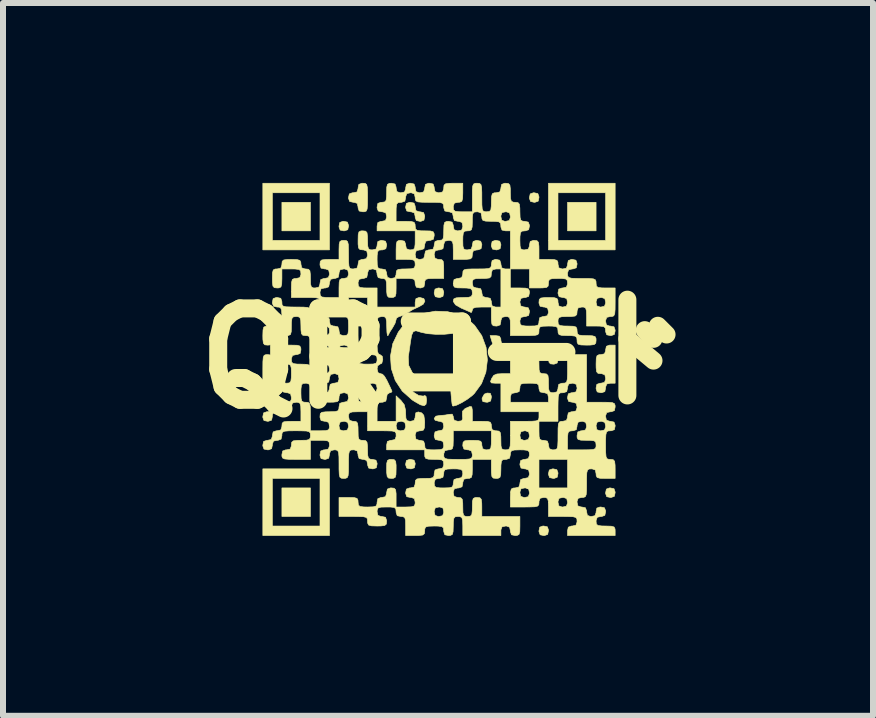
<source format=kicad_pcb>
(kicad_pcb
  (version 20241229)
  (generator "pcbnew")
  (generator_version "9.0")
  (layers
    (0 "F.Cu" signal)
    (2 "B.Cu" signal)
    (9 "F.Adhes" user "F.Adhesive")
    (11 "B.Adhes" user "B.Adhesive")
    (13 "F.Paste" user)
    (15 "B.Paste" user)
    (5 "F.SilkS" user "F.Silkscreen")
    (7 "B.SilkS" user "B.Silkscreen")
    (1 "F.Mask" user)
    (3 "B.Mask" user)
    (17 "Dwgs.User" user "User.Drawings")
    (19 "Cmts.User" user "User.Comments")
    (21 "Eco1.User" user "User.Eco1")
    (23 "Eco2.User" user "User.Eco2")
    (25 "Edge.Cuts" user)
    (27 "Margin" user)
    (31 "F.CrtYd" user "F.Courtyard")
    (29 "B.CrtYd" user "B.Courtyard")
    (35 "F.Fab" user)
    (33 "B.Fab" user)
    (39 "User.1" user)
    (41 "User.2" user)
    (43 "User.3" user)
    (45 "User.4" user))
  (footprint "QRコード"
    (layer "F.Cu")
    (at 4.253 2.926)
    (property "Reference" "QRコード" (at 0 0 0) (layer "F.SilkS") (effects (font (size 1.524 1.524) (thickness 0.3))))
    (attr through_hole)
    (fp_poly (pts (xy -2.127 -2.127) (xy -2.603 -2.127) (xy -2.603 -2.603) (xy -2.127 -2.603) (xy -2.127 -2.127)) (stroke (width 0.01) (type solid)) (fill yes) (layer "F.SilkS"))
    (fp_poly (pts (xy -2.127 2.635) (xy -2.603 2.635) (xy -2.603 2.159) (xy -2.127 2.159) (xy -2.127 2.635)) (stroke (width 0.01) (type solid)) (fill yes) (layer "F.SilkS"))
    (fp_poly (pts (xy 2.635 -2.127) (xy 2.159 -2.127) (xy 2.159 -2.603) (xy 2.635 -2.603) (xy 2.635 -2.127)) (stroke (width 0.01) (type solid)) (fill yes) (layer "F.SilkS"))
    (fp_poly (pts (xy -1.81 -1.81) (xy -2.921 -1.81) (xy -2.921 -2.762) (xy -2.762 -2.762) (xy -2.762 -1.968) (xy -1.968 -1.968) (xy -1.968 -2.762) (xy -2.762 -2.762) (xy -2.921 -2.762) (xy -2.921 -2.921) (xy -1.81 -2.921) (xy -1.81 -1.81)) (stroke (width 0.01) (type solid)) (fill yes) (layer "F.SilkS"))
    (fp_poly (pts (xy -1.81 2.953) (xy -2.921 2.953) (xy -2.921 2) (xy -2.762 2) (xy -2.762 2.794) (xy -1.968 2.794) (xy -1.968 2) (xy -2.762 2) (xy -2.921 2) (xy -2.921 1.841) (xy -1.81 1.841) (xy -1.81 2.953)) (stroke (width 0.01) (type solid)) (fill yes) (layer "F.SilkS"))
    (fp_poly (pts (xy 0.871 0.581) (xy 0.888 0.627) (xy 0.889 0.649) (xy 0.877 0.71) (xy 0.828 0.73) (xy 0.807 0.73) (xy 0.748 0.72) (xy 0.734 0.678) (xy 0.736 0.659) (xy 0.772 0.595) (xy 0.818 0.577) (xy 0.871 0.581)) (stroke (width 0.01) (type solid)) (fill yes) (layer "F.SilkS"))
    (fp_poly (pts (xy 2.953 -1.81) (xy 1.841 -1.81) (xy 1.841 -2.762) (xy 2 -2.762) (xy 2 -1.968) (xy 2.794 -1.968) (xy 2.794 -2.762) (xy 2 -2.762) (xy 1.841 -2.762) (xy 1.841 -2.921) (xy 2.953 -2.921) (xy 2.953 -1.81)) (stroke (width 0.01) (type solid)) (fill yes) (layer "F.SilkS"))
    (fp_poly (pts (xy -1.511 -2.273) (xy -1.493 -2.221) (xy -1.492 -2.207) (xy -1.505 -2.146) (xy -1.557 -2.128) (xy -1.572 -2.127) (xy -1.632 -2.14) (xy -1.651 -2.192) (xy -1.651 -2.207) (xy -1.638 -2.267) (xy -1.586 -2.286) (xy -1.572 -2.286) (xy -1.511 -2.273)) (stroke (width 0.01) (type solid)) (fill yes) (layer "F.SilkS"))
    (fp_poly (pts (xy -0.4 1.696) (xy -0.381 1.747) (xy -0.381 1.762) (xy -0.394 1.823) (xy -0.446 1.841) (xy -0.46 1.841) (xy -0.521 1.828) (xy -0.539 1.777) (xy -0.54 1.762) (xy -0.527 1.702) (xy -0.475 1.683) (xy -0.46 1.683) (xy -0.4 1.696)) (stroke (width 0.01) (type solid)) (fill yes) (layer "F.SilkS"))
    (fp_poly (pts (xy 0.076 -1.162) (xy 0.095 -1.11) (xy 0.095 -1.095) (xy 0.082 -1.035) (xy 0.031 -1.016) (xy 0.016 -1.016) (xy -0.045 -1.029) (xy -0.063 -1.081) (xy -0.064 -1.095) (xy -0.05 -1.156) (xy 0.001 -1.174) (xy 0.016 -1.175) (xy 0.076 -1.162)) (stroke (width 0.01) (type solid)) (fill yes) (layer "F.SilkS"))
    (fp_poly (pts (xy 1.029 -1.955) (xy 1.047 -1.904) (xy 1.048 -1.889) (xy 1.035 -1.829) (xy 0.983 -1.81) (xy 0.968 -1.81) (xy 0.908 -1.823) (xy 0.889 -1.874) (xy 0.889 -1.889) (xy 0.902 -1.95) (xy 0.954 -1.968) (xy 0.968 -1.968) (xy 1.029 -1.955)) (stroke (width 0.01) (type solid)) (fill yes) (layer "F.SilkS"))
    (fp_poly (pts (xy 1.664 -2.749) (xy 1.682 -2.698) (xy 1.683 -2.683) (xy 1.67 -2.622) (xy 1.618 -2.604) (xy 1.603 -2.603) (xy 1.543 -2.617) (xy 1.524 -2.668) (xy 1.524 -2.683) (xy 1.537 -2.743) (xy 1.589 -2.762) (xy 1.603 -2.762) (xy 1.664 -2.749)) (stroke (width 0.01) (type solid)) (fill yes) (layer "F.SilkS"))
    (fp_poly (pts (xy 1.823 2.807) (xy 1.841 2.859) (xy 1.841 2.873) (xy 1.828 2.934) (xy 1.777 2.952) (xy 1.762 2.953) (xy 1.702 2.94) (xy 1.683 2.888) (xy 1.683 2.873) (xy 1.696 2.813) (xy 1.747 2.794) (xy 1.762 2.794) (xy 1.823 2.807)) (stroke (width 0.01) (type solid)) (fill yes) (layer "F.SilkS"))
    (fp_poly (pts (xy 1.981 1.855) (xy 2 1.906) (xy 2 1.921) (xy 1.987 1.981) (xy 1.936 2) (xy 1.921 2) (xy 1.86 1.987) (xy 1.842 1.936) (xy 1.841 1.921) (xy 1.855 1.86) (xy 1.906 1.842) (xy 1.921 1.841) (xy 1.981 1.855)) (stroke (width 0.01) (type solid)) (fill yes) (layer "F.SilkS"))
    (fp_poly (pts (xy 2.934 2.172) (xy 2.952 2.224) (xy 2.953 2.238) (xy 2.94 2.299) (xy 2.888 2.317) (xy 2.873 2.318) (xy 2.813 2.305) (xy 2.794 2.253) (xy 2.794 2.238) (xy 2.807 2.178) (xy 2.859 2.159) (xy 2.873 2.159) (xy 2.934 2.172)) (stroke (width 0.01) (type solid)) (fill yes) (layer "F.SilkS"))
    (fp_poly (pts (xy -2.795 -0.535) (xy -2.771 -0.508) (xy -2.763 -0.445) (xy -2.762 -0.381) (xy -2.765 -0.287) (xy -2.778 -0.24) (xy -2.81 -0.224) (xy -2.842 -0.222) (xy -2.889 -0.227) (xy -2.912 -0.254) (xy -2.92 -0.317) (xy -2.921 -0.381) (xy -2.918 -0.475) (xy -2.905 -0.522) (xy -2.873 -0.538) (xy -2.842 -0.54) (xy -2.795 -0.535)) (stroke (width 0.01) (type solid)) (fill yes) (layer "F.SilkS"))
    (fp_poly (pts (xy -0.731 1.688) (xy -0.707 1.714) (xy -0.699 1.778) (xy -0.699 1.841) (xy -0.701 1.936) (xy -0.714 1.983) (xy -0.746 1.999) (xy -0.778 2) (xy -0.825 1.995) (xy -0.848 1.969) (xy -0.856 1.905) (xy -0.857 1.841) (xy -0.855 1.747) (xy -0.842 1.7) (xy -0.81 1.684) (xy -0.778 1.683) (xy -0.731 1.688)) (stroke (width 0.01) (type solid)) (fill yes) (layer "F.SilkS"))
    (fp_poly (pts (xy -0.4 -2.59) (xy -0.381 -2.539) (xy -0.381 -2.524) (xy -0.368 -2.464) (xy -0.316 -2.445) (xy -0.302 -2.445) (xy -0.241 -2.432) (xy -0.223 -2.38) (xy -0.222 -2.365) (xy -0.235 -2.305) (xy -0.287 -2.286) (xy -0.302 -2.286) (xy -0.362 -2.299) (xy -0.381 -2.351) (xy -0.381 -2.365) (xy -0.394 -2.426) (xy -0.446 -2.444) (xy -0.46 -2.445) (xy -0.521 -2.458) (xy -0.539 -2.509) (xy -0.54 -2.524) (xy -0.527 -2.585) (xy -0.475 -2.603) (xy -0.46 -2.603) (xy -0.4 -2.59)) (stroke (width 0.01) (type solid)) (fill yes) (layer "F.SilkS"))
    (fp_poly (pts (xy -1.214 -2.918) (xy -1.19 -2.9) (xy -1.179 -2.854) (xy -1.175 -2.767) (xy -1.175 -2.683) (xy -1.176 -2.562) (xy -1.182 -2.491) (xy -1.197 -2.457) (xy -1.226 -2.446) (xy -1.254 -2.445) (xy -1.315 -2.458) (xy -1.333 -2.509) (xy -1.333 -2.524) (xy -1.347 -2.585) (xy -1.398 -2.603) (xy -1.413 -2.603) (xy -1.473 -2.617) (xy -1.492 -2.668) (xy -1.492 -2.683) (xy -1.479 -2.743) (xy -1.428 -2.762) (xy -1.413 -2.762) (xy -1.352 -2.775) (xy -1.334 -2.827) (xy -1.333 -2.842) (xy -1.32 -2.902) (xy -1.269 -2.921) (xy -1.254 -2.921) (xy -1.214 -2.918)) (stroke (width 0.01) (type solid)) (fill yes) (layer "F.SilkS"))
    (fp_poly (pts (xy 2.953 0.413) (xy 2.873 0.413) (xy 2.813 0.426) (xy 2.794 0.477) (xy 2.794 0.492) (xy 2.781 0.553) (xy 2.729 0.571) (xy 2.715 0.572) (xy 2.654 0.558) (xy 2.636 0.507) (xy 2.635 0.492) (xy 2.648 0.432) (xy 2.7 0.413) (xy 2.715 0.413) (xy 2.775 0.4) (xy 2.794 0.348) (xy 2.794 0.333) (xy 2.781 0.273) (xy 2.729 0.254) (xy 2.715 0.254) (xy 2.668 0.249) (xy 2.644 0.223) (xy 2.636 0.159) (xy 2.635 0.095) (xy 2.638 0.001) (xy 2.651 -0.046) (xy 2.683 -0.062) (xy 2.715 -0.064) (xy 2.775 -0.077) (xy 2.794 -0.128) (xy 2.794 -0.143) (xy 2.807 -0.203) (xy 2.859 -0.222) (xy 2.873 -0.222) (xy 2.953 -0.222) (xy 2.953 0.413)) (stroke (width 0.01) (type solid)) (fill yes) (layer "F.SilkS"))
    (fp_poly (pts (xy 0.16 -0.78) (xy 0.358 -0.724) (xy 0.534 -0.621) (xy 0.609 -0.552) (xy 0.729 -0.38) (xy 0.801 -0.185) (xy 0.823 0.023) (xy 0.798 0.229) (xy 0.725 0.42) (xy 0.605 0.585) (xy 0.567 0.621) (xy 0.486 0.682) (xy 0.396 0.737) (xy 0.313 0.778) (xy 0.256 0.794) (xy 0.241 0.79) (xy 0.233 0.754) (xy 0.224 0.674) (xy 0.216 0.582) (xy 0.203 0.386) (xy 0.321 0.339) (xy 0.44 0.262) (xy 0.512 0.146) (xy 0.531 0.001) (xy 0.526 -0.044) (xy 0.508 -0.167) (xy 0.49 -0.291) (xy 0.488 -0.302) (xy 0.466 -0.407) (xy 0.433 -0.458) (xy 0.38 -0.461) (xy 0.328 -0.44) (xy 0.238 -0.416) (xy 0.108 -0.403) (xy -0.038 -0.402) (xy -0.176 -0.413) (xy -0.285 -0.436) (xy -0.299 -0.441) (xy -0.369 -0.462) (xy -0.413 -0.447) (xy -0.44 -0.388) (xy -0.458 -0.286) (xy -0.475 -0.166) (xy -0.492 -0.05) (xy -0.496 -0.028) (xy -0.489 0.116) (xy -0.427 0.239) (xy -0.318 0.327) (xy -0.292 0.339) (xy -0.209 0.374) (xy -0.171 0.397) (xy -0.165 0.421) (xy -0.177 0.456) (xy -0.222 0.5) (xy -0.294 0.502) (xy -0.375 0.462) (xy -0.413 0.429) (xy -0.486 0.364) (xy -0.527 0.35) (xy -0.532 0.383) (xy -0.494 0.461) (xy -0.486 0.474) (xy -0.408 0.564) (xy -0.323 0.618) (xy -0.245 0.628) (xy -0.221 0.618) (xy -0.2 0.632) (xy -0.191 0.691) (xy -0.191 0.697) (xy -0.2 0.764) (xy -0.232 0.789) (xy -0.294 0.773) (xy -0.395 0.715) (xy -0.432 0.691) (xy -0.597 0.544) (xy -0.713 0.367) (xy -0.779 0.169) (xy -0.793 -0.039) (xy -0.755 -0.245) (xy -0.662 -0.439) (xy -0.592 -0.532) (xy -0.436 -0.664) (xy -0.25 -0.75) (xy -0.047 -0.788) (xy 0.16 -0.78)) (stroke (width 0.01) (type solid)) (fill yes) (layer "F.SilkS"))
    (fp_poly (pts (xy 0.413 -2.762) (xy 0.41 -2.668) (xy 0.397 -2.621) (xy 0.365 -2.605) (xy 0.333 -2.603) (xy 0.273 -2.59) (xy 0.254 -2.539) (xy 0.254 -2.524) (xy 0.259 -2.477) (xy 0.285 -2.454) (xy 0.349 -2.446) (xy 0.413 -2.445) (xy 0.572 -2.445) (xy 0.572 -2.683) (xy 0.572 -2.804) (xy 0.578 -2.875) (xy 0.594 -2.909) (xy 0.623 -2.92) (xy 0.651 -2.921) (xy 0.691 -2.918) (xy 0.715 -2.9) (xy 0.726 -2.854) (xy 0.73 -2.767) (xy 0.73 -2.683) (xy 0.731 -2.562) (xy 0.737 -2.491) (xy 0.753 -2.457) (xy 0.782 -2.446) (xy 0.81 -2.445) (xy 0.857 -2.45) (xy 0.88 -2.476) (xy 0.888 -2.54) (xy 0.889 -2.603) (xy 0.892 -2.698) (xy 0.905 -2.745) (xy 0.937 -2.761) (xy 0.968 -2.762) (xy 1.029 -2.775) (xy 1.047 -2.827) (xy 1.048 -2.842) (xy 1.061 -2.902) (xy 1.112 -2.921) (xy 1.127 -2.921) (xy 1.174 -2.916) (xy 1.198 -2.89) (xy 1.206 -2.826) (xy 1.206 -2.762) (xy 1.209 -2.668) (xy 1.222 -2.621) (xy 1.254 -2.605) (xy 1.286 -2.603) (xy 1.333 -2.598) (xy 1.356 -2.572) (xy 1.364 -2.508) (xy 1.365 -2.445) (xy 1.368 -2.351) (xy 1.381 -2.304) (xy 1.413 -2.288) (xy 1.445 -2.286) (xy 1.505 -2.273) (xy 1.524 -2.221) (xy 1.524 -2.207) (xy 1.511 -2.146) (xy 1.459 -2.128) (xy 1.445 -2.127) (xy 1.398 -2.122) (xy 1.374 -2.096) (xy 1.366 -2.032) (xy 1.365 -1.968) (xy 1.368 -1.874) (xy 1.381 -1.827) (xy 1.413 -1.811) (xy 1.445 -1.81) (xy 1.505 -1.823) (xy 1.524 -1.874) (xy 1.524 -1.889) (xy 1.537 -1.95) (xy 1.589 -1.968) (xy 1.603 -1.968) (xy 1.65 -1.963) (xy 1.674 -1.937) (xy 1.682 -1.873) (xy 1.683 -1.81) (xy 1.683 -1.651) (xy 1.841 -1.651) (xy 1.936 -1.648) (xy 1.983 -1.635) (xy 1.999 -1.603) (xy 2 -1.572) (xy 2.013 -1.511) (xy 2.065 -1.493) (xy 2.08 -1.492) (xy 2.14 -1.505) (xy 2.159 -1.557) (xy 2.159 -1.572) (xy 2.172 -1.632) (xy 2.224 -1.651) (xy 2.238 -1.651) (xy 2.299 -1.638) (xy 2.317 -1.586) (xy 2.318 -1.572) (xy 2.305 -1.511) (xy 2.253 -1.493) (xy 2.238 -1.492) (xy 2.178 -1.479) (xy 2.159 -1.428) (xy 2.159 -1.413) (xy 2.162 -1.373) (xy 2.18 -1.349) (xy 2.226 -1.337) (xy 2.313 -1.334) (xy 2.397 -1.333) (xy 2.518 -1.333) (xy 2.589 -1.327) (xy 2.623 -1.311) (xy 2.634 -1.282) (xy 2.635 -1.254) (xy 2.64 -1.207) (xy 2.667 -1.184) (xy 2.73 -1.176) (xy 2.794 -1.175) (xy 2.953 -1.175) (xy 2.953 -0.937) (xy 2.952 -0.816) (xy 2.946 -0.745) (xy 2.93 -0.71) (xy 2.901 -0.699) (xy 2.873 -0.699) (xy 2.813 -0.685) (xy 2.794 -0.634) (xy 2.794 -0.619) (xy 2.807 -0.559) (xy 2.859 -0.54) (xy 2.873 -0.54) (xy 2.934 -0.527) (xy 2.952 -0.475) (xy 2.953 -0.46) (xy 2.94 -0.4) (xy 2.888 -0.381) (xy 2.873 -0.381) (xy 2.813 -0.394) (xy 2.794 -0.446) (xy 2.794 -0.46) (xy 2.789 -0.507) (xy 2.763 -0.531) (xy 2.699 -0.539) (xy 2.635 -0.54) (xy 2.477 -0.54) (xy 2.477 -0.699) (xy 2.474 -0.793) (xy 2.461 -0.84) (xy 2.429 -0.856) (xy 2.397 -0.857) (xy 2.337 -0.844) (xy 2.318 -0.793) (xy 2.318 -0.778) (xy 2.313 -0.731) (xy 2.286 -0.707) (xy 2.223 -0.699) (xy 2.159 -0.699) (xy 2.065 -0.696) (xy 2.018 -0.683) (xy 2.002 -0.651) (xy 2 -0.619) (xy 2.005 -0.572) (xy 2.032 -0.549) (xy 2.095 -0.541) (xy 2.159 -0.54) (xy 2.253 -0.537) (xy 2.3 -0.524) (xy 2.316 -0.492) (xy 2.318 -0.46) (xy 2.323 -0.413) (xy 2.349 -0.39) (xy 2.413 -0.382) (xy 2.477 -0.381) (xy 2.571 -0.378) (xy 2.618 -0.365) (xy 2.634 -0.333) (xy 2.635 -0.302) (xy 2.63 -0.255) (xy 2.604 -0.231) (xy 2.54 -0.223) (xy 2.477 -0.222) (xy 2.382 -0.225) (xy 2.335 -0.238) (xy 2.319 -0.27) (xy 2.318 -0.302) (xy 2.313 -0.349) (xy 2.286 -0.372) (xy 2.223 -0.38) (xy 2.159 -0.381) (xy 2.065 -0.384) (xy 2.018 -0.397) (xy 2.002 -0.429) (xy 2 -0.46) (xy 1.995 -0.507) (xy 1.969 -0.531) (xy 1.905 -0.539) (xy 1.841 -0.54) (xy 1.747 -0.537) (xy 1.7 -0.524) (xy 1.684 -0.492) (xy 1.683 -0.46) (xy 1.68 -0.42) (xy 1.662 -0.396) (xy 1.616 -0.385) (xy 1.528 -0.381) (xy 1.445 -0.381) (xy 1.206 -0.381) (xy 1.206 -0.54) (xy 1.204 -0.634) (xy 1.191 -0.681) (xy 1.159 -0.697) (xy 1.127 -0.699) (xy 1.067 -0.685) (xy 1.048 -0.634) (xy 1.048 -0.619) (xy 1.035 -0.559) (xy 0.983 -0.54) (xy 0.968 -0.54) (xy 0.921 -0.545) (xy 0.898 -0.571) (xy 0.89 -0.635) (xy 0.889 -0.699) (xy 0.889 -0.857) (xy 0.73 -0.857) (xy 0.632 -0.853) (xy 0.583 -0.836) (xy 0.572 -0.807) (xy 0.56 -0.769) (xy 0.548 -0.768) (xy 0.506 -0.787) (xy 0.429 -0.821) (xy 0.389 -0.838) (xy 0.291 -0.894) (xy 0.254 -0.95) (xy 0.254 -0.956) (xy 0.263 -0.992) (xy 0.302 -1.01) (xy 0.385 -1.016) (xy 0.413 -1.016) (xy 0.507 -1.019) (xy 0.554 -1.032) (xy 0.57 -1.064) (xy 0.572 -1.095) (xy 0.566 -1.142) (xy 0.54 -1.166) (xy 0.476 -1.174) (xy 0.413 -1.175) (xy 0.319 -1.177) (xy 0.272 -1.19) (xy 0.256 -1.222) (xy 0.254 -1.254) (xy 0.572 -1.254) (xy 0.585 -1.194) (xy 0.636 -1.175) (xy 0.651 -1.175) (xy 0.711 -1.162) (xy 0.73 -1.11) (xy 0.73 -1.095) (xy 0.743 -1.035) (xy 0.795 -1.016) (xy 0.81 -1.016) (xy 0.87 -1.003) (xy 0.889 -0.951) (xy 0.889 -0.937) (xy 0.902 -0.876) (xy 0.954 -0.858) (xy 0.968 -0.857) (xy 1.048 -0.857) (xy 1.048 -1.492) (xy 0.968 -1.492) (xy 0.908 -1.479) (xy 0.889 -1.428) (xy 0.889 -1.413) (xy 0.884 -1.366) (xy 0.858 -1.342) (xy 0.794 -1.334) (xy 0.73 -1.333) (xy 0.636 -1.331) (xy 0.589 -1.318) (xy 0.573 -1.286) (xy 0.572 -1.254) (xy 0.254 -1.254) (xy 0.267 -1.315) (xy 0.319 -1.333) (xy 0.333 -1.333) (xy 0.394 -1.347) (xy 0.412 -1.398) (xy 0.413 -1.413) (xy 0.416 -1.453) (xy 0.434 -1.477) (xy 0.48 -1.488) (xy 0.567 -1.492) (xy 0.651 -1.492) (xy 0.772 -1.493) (xy 0.843 -1.499) (xy 0.877 -1.515) (xy 0.888 -1.544) (xy 0.889 -1.572) (xy 0.902 -1.632) (xy 0.954 -1.651) (xy 0.968 -1.651) (xy 1.029 -1.638) (xy 1.047 -1.586) (xy 1.048 -1.572) (xy 1.061 -1.511) (xy 1.112 -1.493) (xy 1.127 -1.492) (xy 1.206 -1.492) (xy 1.206 -1.175) (xy 1.365 -1.175) (xy 1.459 -1.172) (xy 1.506 -1.159) (xy 1.522 -1.127) (xy 1.524 -1.095) (xy 1.511 -1.035) (xy 1.459 -1.016) (xy 1.445 -1.016) (xy 1.384 -1.003) (xy 1.366 -0.951) (xy 1.365 -0.937) (xy 1.378 -0.876) (xy 1.43 -0.858) (xy 1.445 -0.857) (xy 1.505 -0.844) (xy 1.524 -0.793) (xy 1.524 -0.778) (xy 1.511 -0.717) (xy 1.459 -0.699) (xy 1.445 -0.699) (xy 1.384 -0.685) (xy 1.366 -0.634) (xy 1.365 -0.619) (xy 1.37 -0.572) (xy 1.397 -0.549) (xy 1.46 -0.541) (xy 1.524 -0.54) (xy 1.618 -0.542) (xy 1.665 -0.555) (xy 1.681 -0.587) (xy 1.683 -0.619) (xy 1.696 -0.68) (xy 1.747 -0.698) (xy 1.762 -0.699) (xy 1.823 -0.712) (xy 1.841 -0.763) (xy 1.841 -0.778) (xy 1.828 -0.838) (xy 1.777 -0.857) (xy 1.762 -0.857) (xy 1.702 -0.87) (xy 1.683 -0.922) (xy 1.683 -0.937) (xy 1.688 -0.984) (xy 1.714 -1.007) (xy 1.778 -1.015) (xy 1.841 -1.016) (xy 1.936 -1.013) (xy 1.983 -1) (xy 1.999 -0.968) (xy 2 -0.937) (xy 2.013 -0.876) (xy 2.065 -0.858) (xy 2.08 -0.857) (xy 2.14 -0.87) (xy 2.159 -0.922) (xy 2.159 -0.937) (xy 2.635 -0.937) (xy 2.648 -0.876) (xy 2.7 -0.858) (xy 2.715 -0.857) (xy 2.775 -0.87) (xy 2.794 -0.922) (xy 2.794 -0.937) (xy 2.781 -0.997) (xy 2.729 -1.016) (xy 2.715 -1.016) (xy 2.654 -1.003) (xy 2.636 -0.951) (xy 2.635 -0.937) (xy 2.159 -0.937) (xy 2.146 -0.997) (xy 2.094 -1.016) (xy 2.08 -1.016) (xy 2.019 -1.029) (xy 2.001 -1.081) (xy 2 -1.095) (xy 2.013 -1.156) (xy 2.065 -1.174) (xy 2.08 -1.175) (xy 2.14 -1.188) (xy 2.159 -1.239) (xy 2.159 -1.254) (xy 2.154 -1.301) (xy 2.128 -1.325) (xy 2.064 -1.333) (xy 2 -1.333) (xy 1.906 -1.331) (xy 1.859 -1.318) (xy 1.843 -1.286) (xy 1.841 -1.254) (xy 1.836 -1.207) (xy 1.81 -1.184) (xy 1.746 -1.176) (xy 1.683 -1.175) (xy 1.524 -1.175) (xy 1.524 -1.492) (xy 1.206 -1.492) (xy 1.206 -2.127) (xy 1.127 -2.127) (xy 1.067 -2.14) (xy 1.048 -2.192) (xy 1.048 -2.207) (xy 1.043 -2.254) (xy 1.016 -2.277) (xy 0.953 -2.285) (xy 0.889 -2.286) (xy 0.795 -2.289) (xy 0.748 -2.302) (xy 0.732 -2.334) (xy 0.73 -2.365) (xy 1.048 -2.365) (xy 1.061 -2.305) (xy 1.112 -2.286) (xy 1.127 -2.286) (xy 1.188 -2.299) (xy 1.206 -2.351) (xy 1.206 -2.365) (xy 1.193 -2.426) (xy 1.142 -2.444) (xy 1.127 -2.445) (xy 1.067 -2.432) (xy 1.048 -2.38) (xy 1.048 -2.365) (xy 0.73 -2.365) (xy 0.717 -2.426) (xy 0.666 -2.444) (xy 0.651 -2.445) (xy 0.604 -2.44) (xy 0.58 -2.413) (xy 0.572 -2.35) (xy 0.572 -2.286) (xy 0.569 -2.192) (xy 0.556 -2.145) (xy 0.524 -2.129) (xy 0.492 -2.127) (xy 0.445 -2.122) (xy 0.422 -2.096) (xy 0.414 -2.032) (xy 0.413 -1.968) (xy 0.415 -1.874) (xy 0.428 -1.827) (xy 0.46 -1.811) (xy 0.492 -1.81) (xy 0.553 -1.823) (xy 0.571 -1.874) (xy 0.572 -1.889) (xy 0.585 -1.95) (xy 0.636 -1.968) (xy 0.651 -1.968) (xy 0.711 -1.955) (xy 0.73 -1.904) (xy 0.73 -1.889) (xy 0.717 -1.829) (xy 0.666 -1.81) (xy 0.651 -1.81) (xy 0.59 -1.797) (xy 0.572 -1.745) (xy 0.572 -1.73) (xy 0.566 -1.683) (xy 0.54 -1.66) (xy 0.476 -1.652) (xy 0.413 -1.651) (xy 0.254 -1.651) (xy 0.254 -1.81) (xy 0.251 -1.904) (xy 0.238 -1.951) (xy 0.206 -1.967) (xy 0.175 -1.968) (xy 0.114 -1.955) (xy 0.096 -1.904) (xy 0.095 -1.889) (xy 0.082 -1.829) (xy 0.031 -1.81) (xy 0.016 -1.81) (xy -0.045 -1.797) (xy -0.063 -1.745) (xy -0.064 -1.73) (xy -0.05 -1.67) (xy 0.001 -1.651) (xy 0.016 -1.651) (xy 0.063 -1.646) (xy 0.086 -1.62) (xy 0.094 -1.556) (xy 0.095 -1.492) (xy 0.095 -1.333) (xy -0.064 -1.333) (xy -0.158 -1.331) (xy -0.205 -1.318) (xy -0.221 -1.286) (xy -0.222 -1.254) (xy -0.235 -1.194) (xy -0.287 -1.175) (xy -0.302 -1.175) (xy -0.362 -1.188) (xy -0.381 -1.239) (xy -0.381 -1.254) (xy -0.386 -1.301) (xy -0.412 -1.325) (xy -0.476 -1.333) (xy -0.54 -1.333) (xy -0.699 -1.333) (xy -0.699 -1.175) (xy -0.701 -1.081) (xy -0.714 -1.034) (xy -0.746 -1.018) (xy -0.778 -1.016) (xy -0.825 -1.021) (xy -0.848 -1.047) (xy -0.856 -1.111) (xy -0.857 -1.175) (xy -0.86 -1.269) (xy -0.873 -1.316) (xy -0.905 -1.332) (xy -0.937 -1.333) (xy -0.997 -1.347) (xy -1.016 -1.398) (xy -1.016 -1.413) (xy -1.029 -1.473) (xy -1.081 -1.492) (xy -1.095 -1.492) (xy -1.156 -1.479) (xy -1.174 -1.428) (xy -1.175 -1.413) (xy -1.188 -1.352) (xy -1.239 -1.334) (xy -1.254 -1.333) (xy -1.315 -1.32) (xy -1.333 -1.269) (xy -1.333 -1.254) (xy -1.328 -1.207) (xy -1.302 -1.184) (xy -1.238 -1.176) (xy -1.175 -1.175) (xy -1.016 -1.175) (xy -1.016 -0.857) (xy -0.381 -0.857) (xy -0.381 -0.937) (xy -0.368 -0.997) (xy -0.316 -1.016) (xy -0.302 -1.016) (xy -0.237 -0.998) (xy -0.219 -0.956) (xy -0.246 -0.905) (xy -0.316 -0.863) (xy -0.319 -0.862) (xy -0.416 -0.817) (xy -0.506 -0.763) (xy -0.582 -0.719) (xy -0.644 -0.699) (xy -0.648 -0.699) (xy -0.692 -0.673) (xy -0.699 -0.648) (xy -0.716 -0.587) (xy -0.757 -0.513) (xy -0.805 -0.439) (xy -0.834 -0.381) (xy -0.844 -0.383) (xy -0.852 -0.437) (xy -0.855 -0.516) (xy -0.858 -0.619) (xy -0.869 -0.673) (xy -0.894 -0.695) (xy -0.937 -0.699) (xy -0.997 -0.685) (xy -1.016 -0.634) (xy -1.016 -0.619) (xy -1.021 -0.572) (xy -1.047 -0.549) (xy -1.111 -0.541) (xy -1.175 -0.54) (xy -1.333 -0.54) (xy -1.333 -0.381) (xy -1.331 -0.287) (xy -1.318 -0.24) (xy -1.286 -0.224) (xy -1.254 -0.222) (xy -1.194 -0.235) (xy -1.175 -0.287) (xy -1.175 -0.302) (xy -1.162 -0.362) (xy -1.11 -0.381) (xy -1.095 -0.381) (xy -1.048 -0.376) (xy -1.025 -0.35) (xy -1.017 -0.286) (xy -1.016 -0.222) (xy -1.011 -0.122) (xy -0.993 -0.074) (xy -0.968 -0.064) (xy -0.93 -0.036) (xy -0.921 0.016) (xy -0.937 0.08) (xy -0.968 0.095) (xy -1.007 0.123) (xy -1.016 0.175) (xy -1 0.238) (xy -0.959 0.254) (xy -0.926 0.263) (xy -0.893 0.297) (xy -0.853 0.365) (xy -0.799 0.477) (xy -0.767 0.548) (xy -0.783 0.568) (xy -0.807 0.572) (xy -0.848 0.599) (xy -0.857 0.651) (xy -0.87 0.711) (xy -0.922 0.73) (xy -0.937 0.73) (xy -0.984 0.735) (xy -1.007 0.762) (xy -1.015 0.825) (xy -1.016 0.889) (xy -1.016 1.048) (xy -0.699 1.048) (xy -0.699 0.624) (xy -0.619 0.699) (xy -0.563 0.772) (xy -0.541 0.865) (xy -0.54 0.91) (xy -0.536 0.996) (xy -0.519 1.036) (xy -0.477 1.047) (xy -0.46 1.048) (xy -0.4 1.035) (xy -0.381 0.983) (xy -0.381 0.968) (xy -0.37 0.906) (xy -0.33 0.892) (xy -0.272 0.908) (xy -0.237 0.948) (xy -0.223 1.038) (xy -0.222 1.067) (xy -0.226 1.154) (xy -0.243 1.194) (xy -0.283 1.206) (xy -0.302 1.206) (xy -0.362 1.22) (xy -0.381 1.271) (xy -0.381 1.286) (xy -0.368 1.346) (xy -0.316 1.365) (xy -0.302 1.365) (xy -0.241 1.378) (xy -0.223 1.43) (xy -0.222 1.445) (xy -0.217 1.492) (xy -0.191 1.515) (xy -0.127 1.523) (xy -0.064 1.524) (xy 0.031 1.521) (xy 0.078 1.508) (xy 0.094 1.476) (xy 0.095 1.445) (xy 0.082 1.384) (xy 0.031 1.366) (xy 0.016 1.365) (xy -0.045 1.352) (xy -0.063 1.301) (xy -0.064 1.286) (xy -0.05 1.225) (xy 0.001 1.207) (xy 0.016 1.206) (xy 0.076 1.193) (xy 0.095 1.142) (xy 0.095 1.127) (xy 0.082 1.067) (xy 0.031 1.048) (xy 0.016 1.048) (xy -0.048 1.031) (xy -0.064 1) (xy -0.035 0.962) (xy 0.024 0.952) (xy 0.119 0.944) (xy 0.183 0.932) (xy 0.237 0.929) (xy 0.254 0.968) (xy 0.254 0.981) (xy 0.27 1.032) (xy 0.329 1.048) (xy 0.337 1.048) (xy 0.395 1.04) (xy 0.411 1.004) (xy 0.406 0.955) (xy 0.408 0.88) (xy 0.45 0.837) (xy 0.468 0.828) (xy 0.532 0.801) (xy 0.562 0.807) (xy 0.571 0.857) (xy 0.572 0.921) (xy 0.572 1.048) (xy 0.73 1.048) (xy 0.824 1.05) (xy 0.871 1.063) (xy 0.887 1.095) (xy 0.889 1.127) (xy 0.902 1.188) (xy 0.954 1.206) (xy 0.968 1.206) (xy 1.015 1.212) (xy 1.039 1.238) (xy 1.047 1.302) (xy 1.048 1.365) (xy 1.05 1.459) (xy 1.063 1.506) (xy 1.095 1.522) (xy 1.127 1.524) (xy 1.167 1.521) (xy 1.191 1.503) (xy 1.203 1.457) (xy 1.206 1.37) (xy 1.206 1.286) (xy 1.365 1.286) (xy 1.378 1.346) (xy 1.43 1.365) (xy 1.445 1.365) (xy 1.505 1.352) (xy 1.524 1.301) (xy 1.524 1.286) (xy 1.511 1.225) (xy 1.459 1.207) (xy 1.445 1.206) (xy 1.384 1.22) (xy 1.366 1.271) (xy 1.365 1.286) (xy 1.206 1.286) (xy 1.206 1.048) (xy 1.445 1.048) (xy 1.683 1.048) (xy 1.683 1.206) (xy 1.685 1.301) (xy 1.698 1.348) (xy 1.73 1.364) (xy 1.762 1.365) (xy 1.823 1.378) (xy 1.841 1.43) (xy 1.841 1.445) (xy 1.855 1.505) (xy 1.906 1.524) (xy 1.921 1.524) (xy 1.961 1.521) (xy 1.985 1.503) (xy 1.996 1.457) (xy 2 1.37) (xy 2 1.365) (xy 2.159 1.365) (xy 2.159 1.524) (xy 2.397 1.524) (xy 2.518 1.523) (xy 2.589 1.517) (xy 2.623 1.502) (xy 2.634 1.473) (xy 2.635 1.445) (xy 2.63 1.398) (xy 2.604 1.374) (xy 2.54 1.366) (xy 2.477 1.365) (xy 2.382 1.363) (xy 2.335 1.35) (xy 2.319 1.318) (xy 2.318 1.286) (xy 2.331 1.225) (xy 2.382 1.207) (xy 2.397 1.206) (xy 2.458 1.193) (xy 2.476 1.142) (xy 2.477 1.127) (xy 2.635 1.127) (xy 2.648 1.188) (xy 2.7 1.206) (xy 2.715 1.206) (xy 2.775 1.193) (xy 2.794 1.142) (xy 2.794 1.127) (xy 2.781 1.067) (xy 2.729 1.048) (xy 2.715 1.048) (xy 2.654 1.061) (xy 2.636 1.112) (xy 2.635 1.127) (xy 2.477 1.127) (xy 2.463 1.067) (xy 2.412 1.048) (xy 2.397 1.048) (xy 2.337 1.061) (xy 2.318 1.112) (xy 2.318 1.127) (xy 2.305 1.188) (xy 2.253 1.206) (xy 2.238 1.206) (xy 2.191 1.212) (xy 2.168 1.238) (xy 2.16 1.302) (xy 2.159 1.365) (xy 2 1.365) (xy 2 1.286) (xy 2.001 1.165) (xy 2.007 1.094) (xy 2.023 1.06) (xy 2.052 1.049) (xy 2.08 1.048) (xy 2.14 1.035) (xy 2.159 0.983) (xy 2.159 0.968) (xy 2.172 0.908) (xy 2.224 0.889) (xy 2.238 0.889) (xy 2.299 0.876) (xy 2.317 0.824) (xy 2.318 0.81) (xy 2.305 0.749) (xy 2.253 0.731) (xy 2.238 0.73) (xy 2.178 0.717) (xy 2.159 0.666) (xy 2.159 0.651) (xy 2.172 0.59) (xy 2.224 0.572) (xy 2.238 0.572) (xy 2.299 0.558) (xy 2.317 0.507) (xy 2.318 0.492) (xy 2.305 0.432) (xy 2.253 0.413) (xy 2.238 0.413) (xy 2.178 0.426) (xy 2.159 0.477) (xy 2.159 0.492) (xy 2.146 0.553) (xy 2.094 0.571) (xy 2.08 0.572) (xy 2.039 0.574) (xy 2.016 0.592) (xy 2.004 0.638) (xy 2.001 0.726) (xy 2 0.81) (xy 2 1.048) (xy 1.683 1.048) (xy 1.445 1.048) (xy 1.566 1.047) (xy 1.637 1.041) (xy 1.671 1.025) (xy 1.682 0.996) (xy 1.683 0.968) (xy 1.683 0.889) (xy 1.048 0.889) (xy 1.048 0.651) (xy 1.206 0.651) (xy 1.206 0.73) (xy 1.841 0.73) (xy 1.841 0.651) (xy 1.828 0.59) (xy 1.777 0.572) (xy 1.762 0.572) (xy 1.702 0.558) (xy 1.683 0.507) (xy 1.683 0.492) (xy 1.678 0.445) (xy 1.651 0.422) (xy 1.588 0.414) (xy 1.524 0.413) (xy 1.43 0.415) (xy 1.383 0.428) (xy 1.367 0.46) (xy 1.365 0.492) (xy 1.352 0.553) (xy 1.301 0.571) (xy 1.286 0.572) (xy 1.225 0.585) (xy 1.207 0.636) (xy 1.206 0.651) (xy 1.048 0.651) (xy 1.048 0.413) (xy 0.953 0.413) (xy 0.889 0.408) (xy 0.875 0.384) (xy 0.895 0.333) (xy 0.929 0.282) (xy 0.983 0.259) (xy 1.069 0.254) (xy 1.206 0.254) (xy 1.206 -0.064) (xy 1.086 -0.064) (xy 1.015 -0.067) (xy 0.972 -0.088) (xy 0.943 -0.142) (xy 0.917 -0.222) (xy 0.868 -0.381) (xy 0.958 -0.381) (xy 1.023 -0.371) (xy 1.046 -0.33) (xy 1.048 -0.302) (xy 1.061 -0.241) (xy 1.112 -0.223) (xy 1.127 -0.222) (xy 1.188 -0.209) (xy 1.206 -0.158) (xy 1.206 -0.143) (xy 1.22 -0.082) (xy 1.271 -0.064) (xy 1.286 -0.064) (xy 1.346 -0.077) (xy 1.365 -0.128) (xy 1.365 -0.143) (xy 1.378 -0.203) (xy 1.43 -0.222) (xy 1.445 -0.222) (xy 1.505 -0.209) (xy 1.524 -0.158) (xy 1.524 -0.143) (xy 1.537 -0.082) (xy 1.589 -0.064) (xy 1.603 -0.064) (xy 1.65 -0.058) (xy 1.674 -0.032) (xy 1.682 0.032) (xy 1.683 0.095) (xy 1.685 0.189) (xy 1.698 0.236) (xy 1.73 0.252) (xy 1.762 0.254) (xy 1.809 0.259) (xy 1.833 0.285) (xy 1.841 0.349) (xy 1.841 0.413) (xy 1.844 0.507) (xy 1.857 0.554) (xy 1.889 0.57) (xy 1.921 0.572) (xy 1.981 0.558) (xy 2 0.507) (xy 2 0.492) (xy 2.013 0.432) (xy 2.065 0.413) (xy 2.08 0.413) (xy 2.12 0.41) (xy 2.144 0.392) (xy 2.155 0.346) (xy 2.159 0.258) (xy 2.159 0.175) (xy 2.158 0.054) (xy 2.152 -0.017) (xy 2.137 -0.052) (xy 2.108 -0.063) (xy 2.08 -0.064) (xy 2.019 -0.05) (xy 2.001 0.001) (xy 2 0.016) (xy 1.987 0.076) (xy 1.936 0.095) (xy 1.921 0.095) (xy 1.874 0.09) (xy 1.85 0.064) (xy 1.842 0.00021) (xy 1.841 -0.064) (xy 1.841 -0.222) (xy 2 -0.222) (xy 2.094 -0.22) (xy 2.141 -0.207) (xy 2.157 -0.175) (xy 2.159 -0.143) (xy 2.164 -0.096) (xy 2.19 -0.072) (xy 2.254 -0.064) (xy 2.318 -0.064) (xy 2.477 -0.064) (xy 2.477 0.73) (xy 2.715 0.73) (xy 2.836 0.731) (xy 2.907 0.737) (xy 2.941 0.753) (xy 2.952 0.782) (xy 2.953 0.81) (xy 2.94 0.87) (xy 2.888 0.889) (xy 2.873 0.889) (xy 2.813 0.902) (xy 2.794 0.954) (xy 2.794 0.968) (xy 2.807 1.029) (xy 2.859 1.047) (xy 2.873 1.048) (xy 2.934 1.061) (xy 2.952 1.112) (xy 2.953 1.127) (xy 2.94 1.188) (xy 2.888 1.206) (xy 2.873 1.206) (xy 2.833 1.209) (xy 2.809 1.227) (xy 2.798 1.273) (xy 2.794 1.361) (xy 2.794 1.445) (xy 2.795 1.566) (xy 2.801 1.637) (xy 2.816 1.671) (xy 2.845 1.682) (xy 2.873 1.683) (xy 2.92 1.688) (xy 2.944 1.714) (xy 2.952 1.778) (xy 2.953 1.841) (xy 2.953 2) (xy 2.794 2) (xy 2.7 1.998) (xy 2.653 1.985) (xy 2.637 1.953) (xy 2.635 1.921) (xy 2.622 1.86) (xy 2.571 1.842) (xy 2.556 1.841) (xy 2.516 1.844) (xy 2.492 1.862) (xy 2.48 1.908) (xy 2.477 1.996) (xy 2.477 2.08) (xy 2.476 2.201) (xy 2.47 2.272) (xy 2.454 2.306) (xy 2.425 2.317) (xy 2.397 2.318) (xy 2.337 2.331) (xy 2.318 2.382) (xy 2.318 2.397) (xy 2.331 2.458) (xy 2.382 2.476) (xy 2.397 2.477) (xy 2.458 2.49) (xy 2.476 2.541) (xy 2.477 2.556) (xy 2.49 2.616) (xy 2.541 2.635) (xy 2.556 2.635) (xy 2.616 2.622) (xy 2.635 2.571) (xy 2.635 2.556) (xy 2.648 2.495) (xy 2.7 2.477) (xy 2.715 2.477) (xy 2.775 2.49) (xy 2.794 2.541) (xy 2.794 2.556) (xy 2.781 2.616) (xy 2.729 2.635) (xy 2.715 2.635) (xy 2.654 2.648) (xy 2.636 2.7) (xy 2.635 2.715) (xy 2.64 2.762) (xy 2.667 2.785) (xy 2.73 2.793) (xy 2.794 2.794) (xy 2.888 2.797) (xy 2.935 2.81) (xy 2.951 2.842) (xy 2.953 2.873) (xy 2.953 2.953) (xy 2.159 2.953) (xy 2.159 2.873) (xy 2.172 2.813) (xy 2.224 2.794) (xy 2.238 2.794) (xy 2.299 2.781) (xy 2.317 2.729) (xy 2.318 2.715) (xy 2.315 2.674) (xy 2.297 2.651) (xy 2.251 2.639) (xy 2.163 2.636) (xy 2.08 2.635) (xy 1.841 2.635) (xy 1.841 2.477) (xy 1.839 2.397) (xy 2 2.397) (xy 2.013 2.458) (xy 2.065 2.476) (xy 2.08 2.477) (xy 2.14 2.463) (xy 2.159 2.412) (xy 2.159 2.397) (xy 2.146 2.337) (xy 2.094 2.318) (xy 2.08 2.318) (xy 2.019 2.331) (xy 2.001 2.382) (xy 2 2.397) (xy 1.839 2.397) (xy 1.839 2.382) (xy 1.826 2.335) (xy 1.794 2.319) (xy 1.762 2.318) (xy 1.702 2.331) (xy 1.683 2.382) (xy 1.683 2.397) (xy 1.68 2.437) (xy 1.662 2.461) (xy 1.616 2.473) (xy 1.528 2.476) (xy 1.445 2.477) (xy 1.206 2.477) (xy 1.206 2.318) (xy 1.209 2.238) (xy 1.365 2.238) (xy 1.378 2.299) (xy 1.43 2.317) (xy 1.445 2.318) (xy 1.505 2.305) (xy 1.524 2.253) (xy 1.524 2.238) (xy 1.511 2.178) (xy 1.459 2.159) (xy 1.445 2.159) (xy 1.384 2.172) (xy 1.366 2.224) (xy 1.365 2.238) (xy 1.209 2.238) (xy 1.209 2.224) (xy 1.222 2.177) (xy 1.254 2.161) (xy 1.286 2.159) (xy 1.346 2.146) (xy 1.365 2.094) (xy 1.365 2.08) (xy 1.378 2.019) (xy 1.43 2.001) (xy 1.445 2) (xy 1.505 1.987) (xy 1.524 1.936) (xy 1.524 1.921) (xy 1.511 1.86) (xy 1.459 1.842) (xy 1.445 1.841) (xy 1.384 1.828) (xy 1.366 1.777) (xy 1.365 1.762) (xy 1.378 1.702) (xy 1.43 1.683) (xy 1.445 1.683) (xy 1.683 1.683) (xy 1.683 2.159) (xy 2.159 2.159) (xy 2.159 1.683) (xy 1.683 1.683) (xy 1.445 1.683) (xy 1.505 1.67) (xy 1.524 1.618) (xy 1.524 1.603) (xy 1.519 1.556) (xy 1.493 1.533) (xy 1.429 1.525) (xy 1.365 1.524) (xy 1.271 1.527) (xy 1.224 1.54) (xy 1.208 1.572) (xy 1.206 1.603) (xy 1.193 1.664) (xy 1.142 1.682) (xy 1.127 1.683) (xy 1.08 1.688) (xy 1.057 1.714) (xy 1.049 1.778) (xy 1.048 1.841) (xy 1.045 1.936) (xy 1.032 1.983) (xy 1 1.999) (xy 0.968 2) (xy 0.921 1.995) (xy 0.898 1.969) (xy 0.89 1.905) (xy 0.889 1.841) (xy 0.889 1.683) (xy 0.572 1.683) (xy 0.572 1.841) (xy 0.569 1.936) (xy 0.556 1.983) (xy 0.524 1.999) (xy 0.492 2) (xy 0.432 2.013) (xy 0.413 2.065) (xy 0.413 2.08) (xy 0.4 2.14) (xy 0.348 2.159) (xy 0.333 2.159) (xy 0.273 2.172) (xy 0.254 2.224) (xy 0.254 2.238) (xy 0.267 2.299) (xy 0.319 2.317) (xy 0.333 2.318) (xy 0.38 2.323) (xy 0.404 2.349) (xy 0.412 2.413) (xy 0.413 2.477) (xy 0.415 2.571) (xy 0.428 2.618) (xy 0.46 2.634) (xy 0.492 2.635) (xy 0.539 2.63) (xy 0.563 2.604) (xy 0.571 2.54) (xy 0.572 2.477) (xy 0.574 2.382) (xy 0.587 2.335) (xy 0.619 2.319) (xy 0.651 2.318) (xy 0.698 2.323) (xy 0.721 2.349) (xy 0.729 2.413) (xy 0.73 2.477) (xy 0.73 2.635) (xy 1.365 2.635) (xy 1.365 2.794) (xy 1.363 2.888) (xy 1.35 2.935) (xy 1.318 2.951) (xy 1.286 2.953) (xy 1.225 2.94) (xy 1.207 2.888) (xy 1.206 2.873) (xy 1.193 2.813) (xy 1.142 2.794) (xy 1.127 2.794) (xy 1.067 2.807) (xy 1.048 2.859) (xy 1.048 2.873) (xy 1.048 2.953) (xy 0.413 2.953) (xy 0.413 2.794) (xy 0.41 2.7) (xy 0.397 2.653) (xy 0.365 2.637) (xy 0.333 2.635) (xy 0.286 2.64) (xy 0.263 2.667) (xy 0.255 2.73) (xy 0.254 2.794) (xy 0.251 2.888) (xy 0.238 2.935) (xy 0.206 2.951) (xy 0.175 2.953) (xy 0.114 2.94) (xy 0.096 2.888) (xy 0.095 2.873) (xy 0.09 2.826) (xy 0.064 2.803) (xy 0.00021 2.795) (xy -0.064 2.794) (xy -0.158 2.797) (xy -0.205 2.81) (xy -0.221 2.842) (xy -0.222 2.873) (xy -0.227 2.92) (xy -0.254 2.944) (xy -0.317 2.952) (xy -0.381 2.953) (xy -0.54 2.953) (xy -0.54 2.794) (xy -0.542 2.7) (xy -0.555 2.653) (xy -0.587 2.637) (xy -0.619 2.635) (xy -0.68 2.622) (xy -0.698 2.571) (xy -0.699 2.556) (xy -0.064 2.556) (xy -0.05 2.616) (xy 0.001 2.635) (xy 0.016 2.635) (xy 0.076 2.622) (xy 0.095 2.571) (xy 0.095 2.556) (xy 0.082 2.495) (xy 0.031 2.477) (xy 0.016 2.477) (xy -0.045 2.49) (xy -0.063 2.541) (xy -0.064 2.556) (xy -0.699 2.556) (xy -0.704 2.509) (xy -0.73 2.485) (xy -0.794 2.477) (xy -0.857 2.477) (xy -0.951 2.479) (xy -0.998 2.492) (xy -1.014 2.524) (xy -1.016 2.556) (xy -1.003 2.616) (xy -0.951 2.635) (xy -0.937 2.635) (xy -0.876 2.648) (xy -0.858 2.7) (xy -0.857 2.715) (xy -0.862 2.762) (xy -0.889 2.785) (xy -0.952 2.793) (xy -1.016 2.794) (xy -1.11 2.791) (xy -1.157 2.778) (xy -1.173 2.746) (xy -1.175 2.715) (xy -1.178 2.674) (xy -1.196 2.651) (xy -1.242 2.639) (xy -1.329 2.636) (xy -1.413 2.635) (xy -1.651 2.635) (xy -1.651 2.318) (xy -1.492 2.318) (xy -1.398 2.32) (xy -1.351 2.333) (xy -1.335 2.365) (xy -1.333 2.397) (xy -1.328 2.444) (xy -1.302 2.468) (xy -1.238 2.476) (xy -1.175 2.477) (xy -1.081 2.474) (xy -1.034 2.461) (xy -1.018 2.429) (xy -1.016 2.397) (xy -1.003 2.337) (xy -0.951 2.318) (xy -0.937 2.318) (xy -0.876 2.305) (xy -0.858 2.253) (xy -0.857 2.238) (xy -0.844 2.178) (xy -0.793 2.159) (xy -0.778 2.159) (xy -0.731 2.164) (xy -0.707 2.19) (xy -0.699 2.254) (xy -0.699 2.318) (xy -0.699 2.477) (xy -0.54 2.477) (xy -0.446 2.474) (xy -0.399 2.461) (xy -0.383 2.429) (xy -0.381 2.397) (xy -0.394 2.337) (xy -0.446 2.318) (xy -0.46 2.318) (xy -0.521 2.305) (xy -0.539 2.253) (xy -0.54 2.238) (xy -0.527 2.178) (xy -0.475 2.159) (xy -0.46 2.159) (xy -0.4 2.146) (xy -0.381 2.094) (xy -0.381 2.08) (xy -0.064 2.08) (xy -0.058 2.127) (xy -0.032 2.15) (xy 0.032 2.158) (xy 0.095 2.159) (xy 0.189 2.156) (xy 0.236 2.143) (xy 0.252 2.111) (xy 0.254 2.08) (xy 0.267 2.019) (xy 0.319 2.001) (xy 0.333 2) (xy 0.394 1.987) (xy 0.412 1.936) (xy 0.413 1.921) (xy 0.408 1.874) (xy 0.381 1.85) (xy 0.318 1.842) (xy 0.254 1.841) (xy 0.16 1.844) (xy 0.113 1.857) (xy 0.097 1.889) (xy 0.095 1.921) (xy 0.082 1.981) (xy 0.031 2) (xy 0.016 2) (xy -0.045 2.013) (xy -0.063 2.065) (xy -0.064 2.08) (xy -0.381 2.08) (xy -0.376 2.033) (xy -0.35 2.009) (xy -0.286 2.001) (xy -0.222 2) (xy -0.128 1.998) (xy -0.081 1.985) (xy -0.065 1.953) (xy -0.064 1.921) (xy -0.05 1.86) (xy 0.001 1.842) (xy 0.016 1.841) (xy 0.076 1.828) (xy 0.095 1.777) (xy 0.095 1.762) (xy 0.09 1.715) (xy 0.064 1.692) (xy 0.00021 1.684) (xy -0.064 1.683) (xy -0.158 1.68) (xy -0.205 1.667) (xy -0.221 1.635) (xy -0.222 1.603) (xy 0.095 1.603) (xy 0.098 1.644) (xy 0.116 1.667) (xy 0.162 1.679) (xy 0.25 1.682) (xy 0.333 1.683) (xy 0.454 1.682) (xy 0.525 1.676) (xy 0.56 1.66) (xy 0.571 1.631) (xy 0.572 1.603) (xy 0.558 1.543) (xy 0.507 1.524) (xy 0.492 1.524) (xy 0.432 1.511) (xy 0.413 1.459) (xy 0.413 1.445) (xy 0.418 1.398) (xy 0.444 1.374) (xy 0.508 1.366) (xy 0.572 1.365) (xy 0.666 1.368) (xy 0.713 1.381) (xy 0.729 1.413) (xy 0.73 1.445) (xy 0.743 1.505) (xy 0.795 1.524) (xy 0.81 1.524) (xy 0.857 1.519) (xy 0.88 1.493) (xy 0.888 1.429) (xy 0.889 1.365) (xy 0.889 1.206) (xy 0.254 1.206) (xy 0.254 1.365) (xy 0.251 1.459) (xy 0.238 1.506) (xy 0.206 1.522) (xy 0.175 1.524) (xy 0.114 1.537) (xy 0.096 1.589) (xy 0.095 1.603) (xy -0.222 1.603) (xy -0.222 1.524) (xy -0.857 1.524) (xy -0.857 1.445) (xy -0.844 1.384) (xy -0.793 1.366) (xy -0.778 1.365) (xy -0.717 1.352) (xy -0.699 1.301) (xy -0.699 1.286) (xy -0.701 1.246) (xy -0.719 1.222) (xy -0.765 1.21) (xy -0.853 1.207) (xy -0.937 1.206) (xy -1.175 1.206) (xy -1.175 1.127) (xy -0.699 1.127) (xy -0.685 1.188) (xy -0.634 1.206) (xy -0.619 1.206) (xy -0.559 1.193) (xy -0.54 1.142) (xy -0.54 1.127) (xy -0.553 1.067) (xy -0.604 1.048) (xy -0.619 1.048) (xy -0.68 1.061) (xy -0.698 1.112) (xy -0.699 1.127) (xy -1.175 1.127) (xy -1.175 0.889) (xy -1.333 0.889) (xy -1.428 0.892) (xy -1.475 0.905) (xy -1.491 0.937) (xy -1.492 0.968) (xy -1.479 1.029) (xy -1.428 1.047) (xy -1.413 1.048) (xy -1.366 1.053) (xy -1.342 1.079) (xy -1.334 1.143) (xy -1.333 1.206) (xy -1.331 1.301) (xy -1.318 1.348) (xy -1.286 1.364) (xy -1.254 1.365) (xy -1.207 1.37) (xy -1.184 1.397) (xy -1.176 1.46) (xy -1.175 1.524) (xy -1.172 1.618) (xy -1.159 1.665) (xy -1.127 1.681) (xy -1.095 1.683) (xy -1.035 1.696) (xy -1.016 1.747) (xy -1.016 1.762) (xy -1.029 1.823) (xy -1.081 1.841) (xy -1.095 1.841) (xy -1.156 1.828) (xy -1.174 1.777) (xy -1.175 1.762) (xy -1.188 1.702) (xy -1.239 1.683) (xy -1.254 1.683) (xy -1.315 1.67) (xy -1.333 1.618) (xy -1.333 1.603) (xy -1.347 1.543) (xy -1.398 1.524) (xy -1.413 1.524) (xy -1.453 1.527) (xy -1.477 1.545) (xy -1.488 1.591) (xy -1.492 1.678) (xy -1.492 1.762) (xy -1.493 1.883) (xy -1.499 1.954) (xy -1.515 1.988) (xy -1.544 1.999) (xy -1.572 2) (xy -1.612 1.997) (xy -1.636 1.979) (xy -1.647 1.933) (xy -1.651 1.846) (xy -1.651 1.762) (xy -1.652 1.641) (xy -1.658 1.57) (xy -1.673 1.536) (xy -1.702 1.525) (xy -1.73 1.524) (xy -1.791 1.537) (xy -1.809 1.589) (xy -1.81 1.603) (xy -1.823 1.664) (xy -1.874 1.682) (xy -1.889 1.683) (xy -1.95 1.67) (xy -1.968 1.618) (xy -1.968 1.603) (xy -1.955 1.543) (xy -1.904 1.524) (xy -1.889 1.524) (xy -1.829 1.511) (xy -1.81 1.459) (xy -1.81 1.445) (xy -1.815 1.398) (xy -1.841 1.374) (xy -1.905 1.366) (xy -1.968 1.365) (xy -2.127 1.365) (xy -2.127 1.683) (xy -2.365 1.683) (xy -2.486 1.682) (xy -2.557 1.676) (xy -2.592 1.66) (xy -2.603 1.631) (xy -2.603 1.603) (xy -2.59 1.543) (xy -2.539 1.524) (xy -2.524 1.524) (xy -2.464 1.511) (xy -2.445 1.459) (xy -2.445 1.445) (xy -2.44 1.398) (xy -2.413 1.374) (xy -2.35 1.366) (xy -2.286 1.365) (xy -2.192 1.363) (xy -2.145 1.35) (xy -2.129 1.318) (xy -2.127 1.286) (xy -2.13 1.246) (xy -2.148 1.222) (xy -2.194 1.21) (xy -2.282 1.207) (xy -2.365 1.206) (xy -2.486 1.207) (xy -2.557 1.213) (xy -2.592 1.229) (xy -2.603 1.258) (xy -2.603 1.286) (xy -2.617 1.346) (xy -2.668 1.365) (xy -2.683 1.365) (xy -2.743 1.378) (xy -2.762 1.43) (xy -2.762 1.445) (xy -2.775 1.505) (xy -2.827 1.524) (xy -2.842 1.524) (xy -2.902 1.511) (xy -2.921 1.459) (xy -2.921 1.445) (xy -2.908 1.384) (xy -2.856 1.366) (xy -2.842 1.365) (xy -2.781 1.352) (xy -2.763 1.301) (xy -2.762 1.286) (xy -2.749 1.225) (xy -2.698 1.207) (xy -2.683 1.206) (xy -2.622 1.193) (xy -2.604 1.142) (xy -2.603 1.127) (xy -2.598 1.08) (xy -2.572 1.057) (xy -2.508 1.049) (xy -2.445 1.048) (xy -2.286 1.048) (xy -2.286 0.889) (xy -2.289 0.795) (xy -2.302 0.748) (xy -2.334 0.732) (xy -2.365 0.73) (xy -2.426 0.743) (xy -2.444 0.795) (xy -2.445 0.81) (xy -2.45 0.857) (xy -2.476 0.88) (xy -2.54 0.888) (xy -2.603 0.889) (xy -2.698 0.892) (xy -2.745 0.905) (xy -2.761 0.937) (xy -2.762 0.968) (xy -2.775 1.029) (xy -2.827 1.047) (xy -2.842 1.048) (xy -2.902 1.035) (xy -2.921 0.983) (xy -2.921 0.968) (xy -2.908 0.908) (xy -2.856 0.889) (xy -2.842 0.889) (xy -2.781 0.876) (xy -2.763 0.824) (xy -2.762 0.81) (xy -2.757 0.763) (xy -2.731 0.739) (xy -2.667 0.731) (xy -2.603 0.73) (xy -2.509 0.728) (xy -2.462 0.715) (xy -2.446 0.683) (xy -2.445 0.651) (xy -2.458 0.59) (xy -2.509 0.572) (xy -2.524 0.572) (xy -2.286 0.572) (xy -2.283 0.666) (xy -2.27 0.713) (xy -2.238 0.729) (xy -2.207 0.73) (xy -2.166 0.733) (xy -2.143 0.751) (xy -2.131 0.797) (xy -2.128 0.885) (xy -2.127 0.968) (xy -2.127 1.206) (xy -1.968 1.206) (xy -1.874 1.204) (xy -1.827 1.191) (xy -1.811 1.159) (xy -1.81 1.127) (xy -1.651 1.127) (xy -1.638 1.188) (xy -1.586 1.206) (xy -1.572 1.206) (xy -1.511 1.193) (xy -1.493 1.142) (xy -1.492 1.127) (xy -1.505 1.067) (xy -1.557 1.048) (xy -1.572 1.048) (xy -1.632 1.061) (xy -1.651 1.112) (xy -1.651 1.127) (xy -1.81 1.127) (xy -1.823 1.067) (xy -1.874 1.048) (xy -1.889 1.048) (xy -1.95 1.035) (xy -1.968 0.983) (xy -1.968 0.968) (xy -1.963 0.921) (xy -1.937 0.898) (xy -1.873 0.89) (xy -1.81 0.889) (xy -1.716 0.886) (xy -1.669 0.873) (xy -1.653 0.841) (xy -1.651 0.81) (xy -1.638 0.749) (xy -1.586 0.731) (xy -1.572 0.73) (xy -1.511 0.717) (xy -1.493 0.666) (xy -1.492 0.651) (xy -1.333 0.651) (xy -1.32 0.711) (xy -1.269 0.73) (xy -1.254 0.73) (xy -1.194 0.717) (xy -1.175 0.666) (xy -1.175 0.651) (xy -1.162 0.59) (xy -1.11 0.572) (xy -1.095 0.572) (xy -1.035 0.558) (xy -1.016 0.507) (xy -1.016 0.492) (xy -1.029 0.432) (xy -1.081 0.413) (xy -1.095 0.413) (xy -1.156 0.426) (xy -1.174 0.477) (xy -1.175 0.492) (xy -1.188 0.553) (xy -1.239 0.571) (xy -1.254 0.572) (xy -1.315 0.585) (xy -1.333 0.636) (xy -1.333 0.651) (xy -1.492 0.651) (xy -1.505 0.59) (xy -1.557 0.572) (xy -1.572 0.572) (xy -1.632 0.585) (xy -1.651 0.636) (xy -1.651 0.651) (xy -1.656 0.698) (xy -1.682 0.721) (xy -1.746 0.729) (xy -1.81 0.73) (xy -1.904 0.728) (xy -1.951 0.715) (xy -1.967 0.683) (xy -1.968 0.651) (xy -1.955 0.59) (xy -1.904 0.572) (xy -1.889 0.572) (xy -1.829 0.558) (xy -1.81 0.507) (xy -1.81 0.492) (xy -1.797 0.432) (xy -1.745 0.413) (xy -1.73 0.413) (xy -1.67 0.4) (xy -1.651 0.348) (xy -1.651 0.333) (xy -1.664 0.273) (xy -1.716 0.254) (xy -1.73 0.254) (xy -1.791 0.267) (xy -1.809 0.319) (xy -1.81 0.333) (xy -1.823 0.394) (xy -1.874 0.412) (xy -1.889 0.413) (xy -1.95 0.426) (xy -1.968 0.477) (xy -1.968 0.492) (xy -1.982 0.553) (xy -2.033 0.571) (xy -2.048 0.572) (xy -2.108 0.558) (xy -2.127 0.507) (xy -2.127 0.492) (xy -2.14 0.432) (xy -2.192 0.413) (xy -2.207 0.413) (xy -2.254 0.418) (xy -2.277 0.444) (xy -2.285 0.508) (xy -2.286 0.572) (xy -2.524 0.572) (xy -2.585 0.558) (xy -2.603 0.507) (xy -2.603 0.492) (xy -2.609 0.445) (xy -2.635 0.422) (xy -2.699 0.414) (xy -2.762 0.413) (xy -2.921 0.413) (xy -2.921 0.175) (xy -2.92 0.054) (xy -2.914 -0.017) (xy -2.899 -0.052) (xy -2.87 -0.063) (xy -2.842 -0.064) (xy -2.795 -0.058) (xy -2.771 -0.032) (xy -2.763 0.032) (xy -2.762 0.095) (xy -2.76 0.189) (xy -2.747 0.236) (xy -2.715 0.252) (xy -2.683 0.254) (xy -2.622 0.267) (xy -2.604 0.319) (xy -2.603 0.333) (xy -2.59 0.394) (xy -2.539 0.412) (xy -2.524 0.413) (xy -2.477 0.408) (xy -2.454 0.381) (xy -2.446 0.318) (xy -2.445 0.254) (xy -2.447 0.16) (xy -2.46 0.113) (xy -2.492 0.097) (xy -2.524 0.095) (xy -2.571 0.09) (xy -2.595 0.064) (xy -2.603 0.00021) (xy -2.603 -0.064) (xy -2.603 -0.222) (xy -2.445 -0.222) (xy -2.351 -0.22) (xy -2.304 -0.207) (xy -2.288 -0.175) (xy -2.286 -0.143) (xy -2.299 -0.082) (xy -2.351 -0.064) (xy -2.365 -0.064) (xy -2.426 -0.05) (xy -2.444 0.001) (xy -2.445 0.016) (xy -2.44 0.063) (xy -2.413 0.086) (xy -2.35 0.094) (xy -2.286 0.095) (xy -2.192 0.098) (xy -2.145 0.111) (xy -2.129 0.143) (xy -2.127 0.175) (xy -2.122 0.222) (xy -2.096 0.245) (xy -2.032 0.253) (xy -1.968 0.254) (xy -1.874 0.251) (xy -1.827 0.238) (xy -1.811 0.206) (xy -1.81 0.175) (xy -1.823 0.114) (xy -1.874 0.096) (xy -1.889 0.095) (xy -1.95 0.082) (xy -1.968 0.031) (xy -1.968 0.016) (xy -1.333 0.016) (xy -1.328 0.063) (xy -1.302 0.086) (xy -1.238 0.094) (xy -1.175 0.095) (xy -1.081 0.093) (xy -1.034 0.08) (xy -1.018 0.048) (xy -1.016 0.016) (xy -1.021 -0.031) (xy -1.047 -0.055) (xy -1.111 -0.063) (xy -1.175 -0.064) (xy -1.269 -0.061) (xy -1.316 -0.048) (xy -1.332 -0.016) (xy -1.333 0.016) (xy -1.968 0.016) (xy -1.982 -0.045) (xy -2.033 -0.063) (xy -2.048 -0.064) (xy -2.095 -0.069) (xy -2.118 -0.095) (xy -2.125 -0.143) (xy -1.968 -0.143) (xy -1.955 -0.082) (xy -1.904 -0.064) (xy -1.889 -0.064) (xy -1.829 -0.077) (xy -1.81 -0.128) (xy -1.81 -0.143) (xy -1.651 -0.143) (xy -1.638 -0.082) (xy -1.586 -0.064) (xy -1.572 -0.064) (xy -1.511 -0.077) (xy -1.493 -0.128) (xy -1.492 -0.143) (xy -1.505 -0.203) (xy -1.557 -0.222) (xy -1.572 -0.222) (xy -1.632 -0.209) (xy -1.651 -0.158) (xy -1.651 -0.143) (xy -1.81 -0.143) (xy -1.823 -0.203) (xy -1.874 -0.222) (xy -1.889 -0.222) (xy -1.95 -0.209) (xy -1.968 -0.158) (xy -1.968 -0.143) (xy -2.125 -0.143) (xy -2.126 -0.159) (xy -2.127 -0.222) (xy -2.13 -0.316) (xy -2.143 -0.363) (xy -2.175 -0.379) (xy -2.207 -0.381) (xy -2.254 -0.386) (xy -2.277 -0.412) (xy -2.283 -0.46) (xy -2.127 -0.46) (xy -2.122 -0.413) (xy -2.096 -0.39) (xy -2.032 -0.382) (xy -1.968 -0.381) (xy -1.874 -0.384) (xy -1.827 -0.397) (xy -1.811 -0.429) (xy -1.81 -0.46) (xy -1.815 -0.507) (xy -1.841 -0.531) (xy -1.905 -0.539) (xy -1.968 -0.54) (xy -2.063 -0.537) (xy -2.11 -0.524) (xy -2.126 -0.492) (xy -2.127 -0.46) (xy -2.283 -0.46) (xy -2.285 -0.476) (xy -2.286 -0.54) (xy -2.289 -0.634) (xy -2.302 -0.681) (xy -2.334 -0.697) (xy -2.365 -0.699) (xy -2.412 -0.693) (xy -2.436 -0.667) (xy -2.444 -0.603) (xy -2.445 -0.54) (xy -2.447 -0.446) (xy -2.46 -0.399) (xy -2.492 -0.383) (xy -2.524 -0.381) (xy -2.564 -0.384) (xy -2.588 -0.402) (xy -2.6 -0.448) (xy -2.603 -0.535) (xy -2.603 -0.619) (xy -2.604 -0.74) (xy -2.61 -0.811) (xy -2.626 -0.845) (xy -2.655 -0.856) (xy -2.683 -0.857) (xy -2.743 -0.87) (xy -2.762 -0.922) (xy -2.762 -0.937) (xy -2.749 -0.997) (xy -2.698 -1.016) (xy -2.683 -1.016) (xy -2.622 -1.003) (xy -2.604 -0.951) (xy -2.603 -0.937) (xy -2.601 -0.896) (xy -2.583 -0.873) (xy -2.537 -0.861) (xy -2.449 -0.858) (xy -2.365 -0.857) (xy -2.244 -0.856) (xy -2.173 -0.85) (xy -2.139 -0.835) (xy -2.128 -0.806) (xy -2.127 -0.778) (xy -2.122 -0.731) (xy -2.096 -0.707) (xy -2.032 -0.699) (xy -1.968 -0.699) (xy -1.874 -0.696) (xy -1.827 -0.683) (xy -1.811 -0.651) (xy -1.81 -0.619) (xy -1.797 -0.559) (xy -1.745 -0.54) (xy -1.73 -0.54) (xy -1.67 -0.527) (xy -1.651 -0.475) (xy -1.651 -0.46) (xy -1.638 -0.4) (xy -1.586 -0.381) (xy -1.572 -0.381) (xy -1.525 -0.386) (xy -1.501 -0.412) (xy -1.493 -0.476) (xy -1.492 -0.54) (xy -1.495 -0.634) (xy -1.508 -0.681) (xy -1.54 -0.697) (xy -1.572 -0.699) (xy -1.632 -0.712) (xy -1.651 -0.763) (xy -1.651 -0.778) (xy -1.656 -0.825) (xy -1.682 -0.848) (xy -1.746 -0.856) (xy -1.81 -0.857) (xy -1.904 -0.86) (xy -1.951 -0.873) (xy -1.967 -0.905) (xy -1.968 -0.937) (xy -1.971 -0.977) (xy -1.989 -1.001) (xy -2.035 -1.012) (xy -2.123 -1.016) (xy -2.207 -1.016) (xy -2.445 -1.016) (xy -2.445 -1.095) (xy -1.968 -1.095) (xy -1.963 -1.048) (xy -1.937 -1.025) (xy -1.873 -1.017) (xy -1.81 -1.016) (xy -1.651 -1.016) (xy -1.492 -1.016) (xy -1.492 -0.699) (xy -1.175 -0.699) (xy -1.175 -1.016) (xy -1.492 -1.016) (xy -1.651 -1.016) (xy -1.651 -1.175) (xy -1.648 -1.269) (xy -1.635 -1.316) (xy -1.603 -1.332) (xy -1.572 -1.333) (xy -1.511 -1.347) (xy -1.493 -1.398) (xy -1.492 -1.413) (xy -1.505 -1.473) (xy -1.557 -1.492) (xy -1.572 -1.492) (xy -1.632 -1.479) (xy -1.651 -1.428) (xy -1.651 -1.413) (xy -1.664 -1.352) (xy -1.716 -1.334) (xy -1.73 -1.333) (xy -1.791 -1.32) (xy -1.809 -1.269) (xy -1.81 -1.254) (xy -1.823 -1.194) (xy -1.874 -1.175) (xy -1.889 -1.175) (xy -1.95 -1.162) (xy -1.968 -1.11) (xy -1.968 -1.095) (xy -2.445 -1.095) (xy -2.445 -1.175) (xy -2.442 -1.269) (xy -2.429 -1.316) (xy -2.397 -1.332) (xy -2.365 -1.333) (xy -2.305 -1.347) (xy -2.286 -1.398) (xy -2.286 -1.413) (xy -2.291 -1.46) (xy -2.317 -1.483) (xy -2.381 -1.491) (xy -2.445 -1.492) (xy -2.603 -1.492) (xy -2.603 -1.333) (xy -2.606 -1.239) (xy -2.619 -1.192) (xy -2.651 -1.176) (xy -2.683 -1.175) (xy -2.73 -1.18) (xy -2.753 -1.206) (xy -2.761 -1.27) (xy -2.762 -1.333) (xy -2.76 -1.428) (xy -2.747 -1.475) (xy -2.715 -1.491) (xy -2.683 -1.492) (xy -2.622 -1.505) (xy -2.604 -1.557) (xy -2.603 -1.572) (xy -2.598 -1.619) (xy -2.572 -1.642) (xy -2.508 -1.65) (xy -2.445 -1.651) (xy -2.351 -1.648) (xy -2.304 -1.635) (xy -2.288 -1.603) (xy -2.286 -1.572) (xy -2.273 -1.511) (xy -2.221 -1.493) (xy -2.207 -1.492) (xy -2.16 -1.487) (xy -2.136 -1.461) (xy -2.128 -1.397) (xy -2.127 -1.333) (xy -2.125 -1.239) (xy -2.112 -1.192) (xy -2.08 -1.176) (xy -2.048 -1.175) (xy -1.987 -1.188) (xy -1.969 -1.239) (xy -1.968 -1.254) (xy -1.955 -1.315) (xy -1.904 -1.333) (xy -1.889 -1.333) (xy -1.829 -1.347) (xy -1.81 -1.398) (xy -1.81 -1.413) (xy -1.823 -1.473) (xy -1.874 -1.492) (xy -1.889 -1.492) (xy -1.95 -1.505) (xy -1.968 -1.557) (xy -1.968 -1.572) (xy -1.963 -1.619) (xy -1.937 -1.642) (xy -1.873 -1.65) (xy -1.81 -1.651) (xy -1.651 -1.651) (xy -1.651 -1.81) (xy -1.648 -1.904) (xy -1.635 -1.951) (xy -1.603 -1.967) (xy -1.572 -1.968) (xy -1.531 -1.966) (xy -1.508 -1.948) (xy -1.496 -1.902) (xy -1.493 -1.814) (xy -1.492 -1.73) (xy -1.491 -1.609) (xy -1.485 -1.538) (xy -1.47 -1.504) (xy -1.441 -1.493) (xy -1.413 -1.492) (xy -1.352 -1.505) (xy -1.334 -1.557) (xy -1.333 -1.572) (xy -1.32 -1.632) (xy -1.269 -1.651) (xy -1.254 -1.651) (xy -1.194 -1.664) (xy -1.175 -1.716) (xy -1.175 -1.73) (xy -1.188 -1.791) (xy -1.239 -1.809) (xy -1.254 -1.81) (xy -1.301 -1.815) (xy -1.325 -1.841) (xy -1.333 -1.905) (xy -1.333 -1.968) (xy -1.331 -2.063) (xy -1.318 -2.11) (xy -1.286 -2.126) (xy -1.254 -2.127) (xy -1.207 -2.122) (xy -1.184 -2.096) (xy -1.176 -2.032) (xy -1.175 -1.968) (xy -1.172 -1.874) (xy -1.159 -1.827) (xy -1.127 -1.811) (xy -1.095 -1.81) (xy -1.035 -1.823) (xy -1.016 -1.874) (xy -1.016 -1.889) (xy -1.003 -1.95) (xy -0.951 -1.968) (xy -0.937 -1.968) (xy -0.876 -1.955) (xy -0.858 -1.904) (xy -0.857 -1.889) (xy -0.87 -1.829) (xy -0.922 -1.81) (xy -0.937 -1.81) (xy -0.984 -1.805) (xy -1.007 -1.778) (xy -1.015 -1.715) (xy -1.016 -1.651) (xy -1.013 -1.557) (xy -1 -1.51) (xy -0.968 -1.494) (xy -0.937 -1.492) (xy -0.876 -1.479) (xy -0.858 -1.428) (xy -0.857 -1.413) (xy -0.844 -1.352) (xy -0.793 -1.334) (xy -0.778 -1.333) (xy -0.717 -1.347) (xy -0.699 -1.398) (xy -0.699 -1.413) (xy -0.693 -1.46) (xy -0.667 -1.483) (xy -0.603 -1.491) (xy -0.54 -1.492) (xy -0.446 -1.495) (xy -0.399 -1.508) (xy -0.383 -1.54) (xy -0.381 -1.572) (xy -0.386 -1.619) (xy -0.412 -1.642) (xy -0.476 -1.65) (xy -0.54 -1.651) (xy -0.699 -1.651) (xy -0.699 -1.81) (xy -0.696 -1.904) (xy -0.683 -1.951) (xy -0.651 -1.967) (xy -0.619 -1.968) (xy -0.559 -1.955) (xy -0.54 -1.904) (xy -0.54 -1.889) (xy -0.527 -1.829) (xy -0.475 -1.81) (xy -0.46 -1.81) (xy -0.413 -1.815) (xy -0.39 -1.841) (xy -0.382 -1.905) (xy -0.381 -1.968) (xy -0.381 -2.127) (xy -1.016 -2.127) (xy -1.016 -2.207) (xy -1.003 -2.267) (xy -0.951 -2.286) (xy -0.937 -2.286) (xy -0.876 -2.299) (xy -0.858 -2.351) (xy -0.857 -2.365) (xy -0.87 -2.426) (xy -0.922 -2.444) (xy -0.937 -2.445) (xy -0.699 -2.445) (xy -0.699 -2.286) (xy -0.54 -2.286) (xy -0.446 -2.283) (xy -0.399 -2.27) (xy -0.383 -2.238) (xy -0.381 -2.207) (xy -0.376 -2.16) (xy -0.35 -2.136) (xy -0.286 -2.128) (xy -0.222 -2.127) (xy -0.128 -2.125) (xy -0.081 -2.112) (xy -0.065 -2.08) (xy -0.064 -2.048) (xy -0.077 -1.987) (xy -0.128 -1.969) (xy -0.143 -1.968) (xy -0.203 -1.955) (xy -0.222 -1.904) (xy -0.222 -1.889) (xy -0.235 -1.829) (xy -0.287 -1.81) (xy -0.302 -1.81) (xy -0.362 -1.797) (xy -0.381 -1.745) (xy -0.381 -1.73) (xy -0.368 -1.67) (xy -0.316 -1.651) (xy -0.302 -1.651) (xy -0.241 -1.664) (xy -0.223 -1.716) (xy -0.222 -1.73) (xy -0.209 -1.791) (xy -0.158 -1.809) (xy -0.143 -1.81) (xy -0.082 -1.823) (xy -0.064 -1.874) (xy -0.064 -1.889) (xy -0.05 -1.95) (xy 0.001 -1.968) (xy 0.016 -1.968) (xy 0.063 -1.974) (xy 0.086 -2) (xy 0.094 -2.064) (xy 0.095 -2.127) (xy 0.098 -2.221) (xy 0.111 -2.268) (xy 0.143 -2.284) (xy 0.175 -2.286) (xy 0.235 -2.273) (xy 0.254 -2.221) (xy 0.254 -2.207) (xy 0.267 -2.146) (xy 0.319 -2.128) (xy 0.333 -2.127) (xy 0.394 -2.14) (xy 0.412 -2.192) (xy 0.413 -2.207) (xy 0.4 -2.267) (xy 0.348 -2.286) (xy 0.333 -2.286) (xy 0.273 -2.299) (xy 0.254 -2.351) (xy 0.254 -2.365) (xy 0.241 -2.426) (xy 0.189 -2.444) (xy 0.175 -2.445) (xy 0.114 -2.458) (xy 0.096 -2.509) (xy 0.095 -2.524) (xy 0.092 -2.564) (xy 0.074 -2.588) (xy 0.028 -2.6) (xy -0.059 -2.603) (xy -0.143 -2.603) (xy -0.264 -2.604) (xy -0.335 -2.61) (xy -0.369 -2.626) (xy -0.38 -2.655) (xy -0.381 -2.683) (xy -0.394 -2.743) (xy -0.446 -2.762) (xy -0.46 -2.762) (xy -0.521 -2.749) (xy -0.539 -2.698) (xy -0.54 -2.683) (xy -0.553 -2.622) (xy -0.604 -2.604) (xy -0.619 -2.603) (xy -0.666 -2.598) (xy -0.69 -2.572) (xy -0.698 -2.508) (xy -0.699 -2.445) (xy -0.937 -2.445) (xy -0.997 -2.458) (xy -1.016 -2.509) (xy -1.016 -2.524) (xy -1.003 -2.585) (xy -0.951 -2.603) (xy -0.937 -2.603) (xy -0.89 -2.609) (xy -0.866 -2.635) (xy -0.858 -2.699) (xy -0.857 -2.762) (xy -0.855 -2.856) (xy -0.842 -2.903) (xy -0.81 -2.919) (xy -0.778 -2.921) (xy -0.717 -2.908) (xy -0.699 -2.856) (xy -0.699 -2.842) (xy -0.685 -2.781) (xy -0.634 -2.763) (xy -0.619 -2.762) (xy -0.559 -2.775) (xy -0.54 -2.827) (xy -0.54 -2.842) (xy -0.527 -2.902) (xy -0.475 -2.921) (xy -0.46 -2.921) (xy -0.4 -2.908) (xy -0.381 -2.856) (xy -0.381 -2.842) (xy -0.368 -2.781) (xy -0.316 -2.763) (xy -0.302 -2.762) (xy -0.241 -2.775) (xy -0.223 -2.827) (xy -0.222 -2.842) (xy -0.209 -2.902) (xy -0.158 -2.921) (xy -0.143 -2.921) (xy -0.082 -2.908) (xy -0.064 -2.856) (xy -0.064 -2.842) (xy -0.05 -2.781) (xy 0.001 -2.763) (xy 0.016 -2.762) (xy 0.076 -2.775) (xy 0.095 -2.827) (xy 0.095 -2.842) (xy 0.1 -2.889) (xy 0.127 -2.912) (xy 0.19 -2.92) (xy 0.254 -2.921) (xy 0.413 -2.921) (xy 0.413 -2.762)) (stroke (width 0.01) (type solid)) (fill yes) (layer "F.SilkS")))
  (gr_rect
    (start -3 -3)
    (end 11.505 8.884)
    (stroke (width 0.1) (type default))
    (fill no)
    (layer "Edge.Cuts")))
</source>
